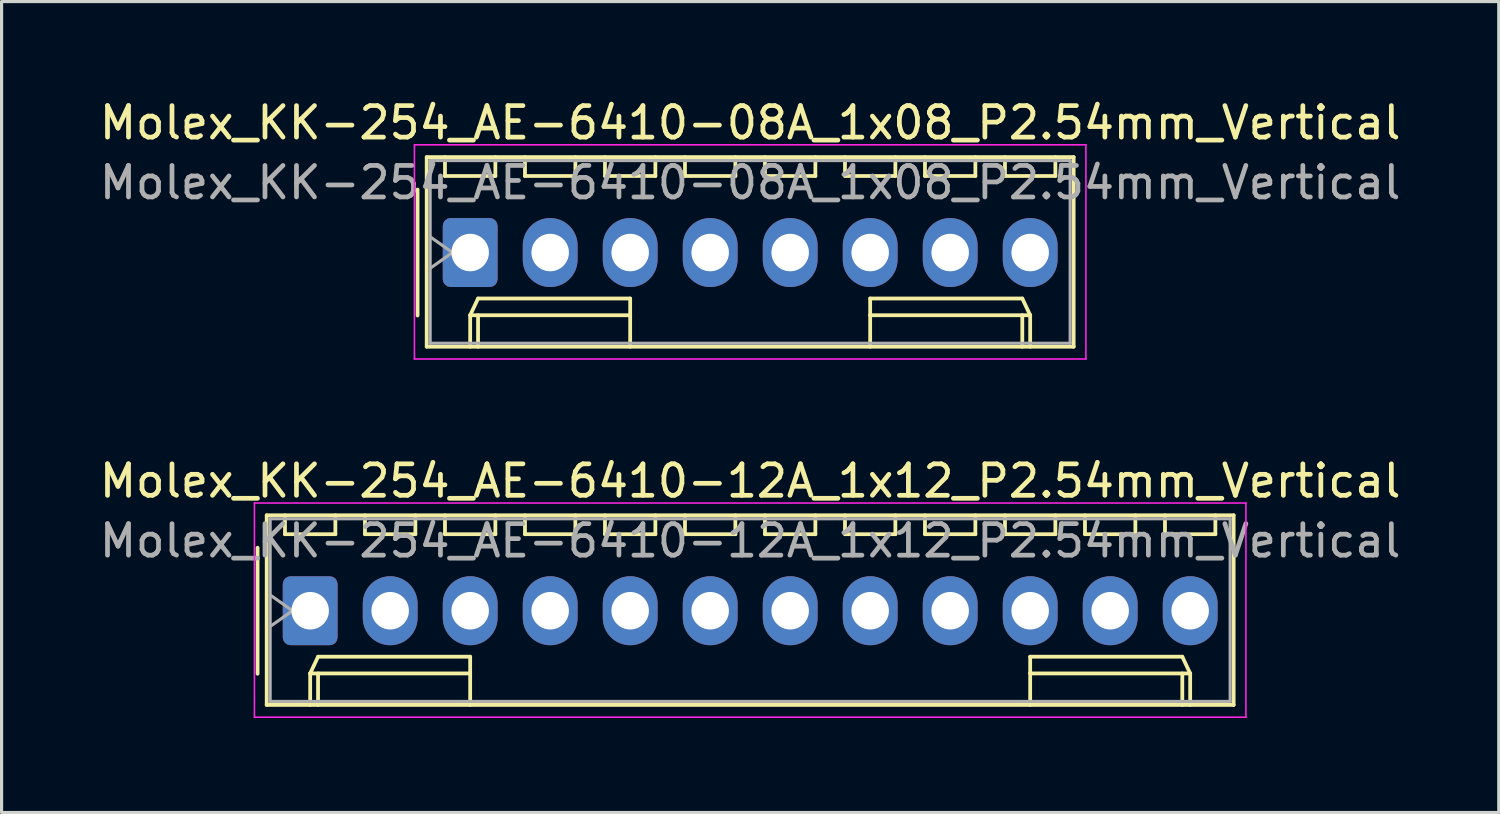
<source format=kicad_pcb>
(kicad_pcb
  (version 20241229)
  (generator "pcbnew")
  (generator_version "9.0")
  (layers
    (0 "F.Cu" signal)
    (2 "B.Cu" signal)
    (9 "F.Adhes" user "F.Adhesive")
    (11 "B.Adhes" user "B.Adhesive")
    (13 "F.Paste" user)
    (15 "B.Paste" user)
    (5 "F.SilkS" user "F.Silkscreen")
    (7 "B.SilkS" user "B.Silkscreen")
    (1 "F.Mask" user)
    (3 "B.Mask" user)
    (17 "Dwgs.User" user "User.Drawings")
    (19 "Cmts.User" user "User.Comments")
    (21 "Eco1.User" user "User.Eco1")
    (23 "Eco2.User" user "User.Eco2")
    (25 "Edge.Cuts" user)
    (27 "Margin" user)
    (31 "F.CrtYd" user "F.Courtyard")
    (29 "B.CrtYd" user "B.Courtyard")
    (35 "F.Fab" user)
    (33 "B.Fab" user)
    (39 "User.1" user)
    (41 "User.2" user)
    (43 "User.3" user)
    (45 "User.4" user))
  (footprint "Molex_KK-254_AE-6410-08A_1x08_P2.54mm_Vertical"
    (layer "F.Cu")
    (at 11.878 4.968)
    (property "Reference" "Molex_KK-254_AE-6410-08A_1x08_P2.54mm_Vertical" (at 8.89 -4.12 0) (layer "F.SilkS") (effects (font (size 1 1) (thickness 0.15))))
    (attr through_hole)
    (fp_line (start -1.67 -2) (end -1.67 2) (stroke (width 0.12) (type solid)) (layer "F.SilkS"))
    (fp_line (start -1.38 -3.03) (end -1.38 2.99) (stroke (width 0.12) (type solid)) (layer "F.SilkS"))
    (fp_line (start -1.38 2.99) (end 19.16 2.99) (stroke (width 0.12) (type solid)) (layer "F.SilkS"))
    (fp_line (start -0.8 -3.03) (end -0.8 -2.43) (stroke (width 0.12) (type solid)) (layer "F.SilkS"))
    (fp_line (start -0.8 -2.43) (end 0.8 -2.43) (stroke (width 0.12) (type solid)) (layer "F.SilkS"))
    (fp_line (start 0 1.99) (end 0.25 1.46) (stroke (width 0.12) (type solid)) (layer "F.SilkS"))
    (fp_line (start 0 1.99) (end 5.08 1.99) (stroke (width 0.12) (type solid)) (layer "F.SilkS"))
    (fp_line (start 0 2.99) (end 0 1.99) (stroke (width 0.12) (type solid)) (layer "F.SilkS"))
    (fp_line (start 0.25 1.46) (end 5.08 1.46) (stroke (width 0.12) (type solid)) (layer "F.SilkS"))
    (fp_line (start 0.25 2.99) (end 0.25 1.99) (stroke (width 0.12) (type solid)) (layer "F.SilkS"))
    (fp_line (start 0.8 -2.43) (end 0.8 -3.03) (stroke (width 0.12) (type solid)) (layer "F.SilkS"))
    (fp_line (start 1.74 -3.03) (end 1.74 -2.43) (stroke (width 0.12) (type solid)) (layer "F.SilkS"))
    (fp_line (start 1.74 -2.43) (end 3.34 -2.43) (stroke (width 0.12) (type solid)) (layer "F.SilkS"))
    (fp_line (start 3.34 -2.43) (end 3.34 -3.03) (stroke (width 0.12) (type solid)) (layer "F.SilkS"))
    (fp_line (start 4.28 -3.03) (end 4.28 -2.43) (stroke (width 0.12) (type solid)) (layer "F.SilkS"))
    (fp_line (start 4.28 -2.43) (end 5.88 -2.43) (stroke (width 0.12) (type solid)) (layer "F.SilkS"))
    (fp_line (start 5.08 1.46) (end 5.08 1.99) (stroke (width 0.12) (type solid)) (layer "F.SilkS"))
    (fp_line (start 5.08 1.99) (end 5.08 2.99) (stroke (width 0.12) (type solid)) (layer "F.SilkS"))
    (fp_line (start 5.88 -2.43) (end 5.88 -3.03) (stroke (width 0.12) (type solid)) (layer "F.SilkS"))
    (fp_line (start 6.82 -3.03) (end 6.82 -2.43) (stroke (width 0.12) (type solid)) (layer "F.SilkS"))
    (fp_line (start 6.82 -2.43) (end 8.42 -2.43) (stroke (width 0.12) (type solid)) (layer "F.SilkS"))
    (fp_line (start 8.42 -2.43) (end 8.42 -3.03) (stroke (width 0.12) (type solid)) (layer "F.SilkS"))
    (fp_line (start 9.36 -3.03) (end 9.36 -2.43) (stroke (width 0.12) (type solid)) (layer "F.SilkS"))
    (fp_line (start 9.36 -2.43) (end 10.96 -2.43) (stroke (width 0.12) (type solid)) (layer "F.SilkS"))
    (fp_line (start 10.96 -2.43) (end 10.96 -3.03) (stroke (width 0.12) (type solid)) (layer "F.SilkS"))
    (fp_line (start 11.9 -3.03) (end 11.9 -2.43) (stroke (width 0.12) (type solid)) (layer "F.SilkS"))
    (fp_line (start 11.9 -2.43) (end 13.5 -2.43) (stroke (width 0.12) (type solid)) (layer "F.SilkS"))
    (fp_line (start 12.7 1.46) (end 12.7 1.99) (stroke (width 0.12) (type solid)) (layer "F.SilkS"))
    (fp_line (start 12.7 1.99) (end 12.7 2.99) (stroke (width 0.12) (type solid)) (layer "F.SilkS"))
    (fp_line (start 13.5 -2.43) (end 13.5 -3.03) (stroke (width 0.12) (type solid)) (layer "F.SilkS"))
    (fp_line (start 14.44 -3.03) (end 14.44 -2.43) (stroke (width 0.12) (type solid)) (layer "F.SilkS"))
    (fp_line (start 14.44 -2.43) (end 16.04 -2.43) (stroke (width 0.12) (type solid)) (layer "F.SilkS"))
    (fp_line (start 16.04 -2.43) (end 16.04 -3.03) (stroke (width 0.12) (type solid)) (layer "F.SilkS"))
    (fp_line (start 16.98 -3.03) (end 16.98 -2.43) (stroke (width 0.12) (type solid)) (layer "F.SilkS"))
    (fp_line (start 16.98 -2.43) (end 18.58 -2.43) (stroke (width 0.12) (type solid)) (layer "F.SilkS"))
    (fp_line (start 17.53 1.46) (end 12.7 1.46) (stroke (width 0.12) (type solid)) (layer "F.SilkS"))
    (fp_line (start 17.53 2.99) (end 17.53 1.99) (stroke (width 0.12) (type solid)) (layer "F.SilkS"))
    (fp_line (start 17.78 1.99) (end 12.7 1.99) (stroke (width 0.12) (type solid)) (layer "F.SilkS"))
    (fp_line (start 17.78 1.99) (end 17.53 1.46) (stroke (width 0.12) (type solid)) (layer "F.SilkS"))
    (fp_line (start 17.78 2.99) (end 17.78 1.99) (stroke (width 0.12) (type solid)) (layer "F.SilkS"))
    (fp_line (start 18.58 -2.43) (end 18.58 -3.03) (stroke (width 0.12) (type solid)) (layer "F.SilkS"))
    (fp_line (start 19.16 -3.03) (end -1.38 -3.03) (stroke (width 0.12) (type solid)) (layer "F.SilkS"))
    (fp_line (start 19.16 2.99) (end 19.16 -3.03) (stroke (width 0.12) (type solid)) (layer "F.SilkS"))
    (fp_line (start -1.77 -3.42) (end -1.77 3.38) (stroke (width 0.05) (type solid)) (layer "F.CrtYd"))
    (fp_line (start -1.77 3.38) (end 19.55 3.38) (stroke (width 0.05) (type solid)) (layer "F.CrtYd"))
    (fp_line (start 19.55 -3.42) (end -1.77 -3.42) (stroke (width 0.05) (type solid)) (layer "F.CrtYd"))
    (fp_line (start 19.55 3.38) (end 19.55 -3.42) (stroke (width 0.05) (type solid)) (layer "F.CrtYd"))
    (fp_line (start -1.27 -2.92) (end -1.27 2.88) (stroke (width 0.1) (type solid)) (layer "F.Fab"))
    (fp_line (start -1.27 -0.5) (end -0.563 0) (stroke (width 0.1) (type solid)) (layer "F.Fab"))
    (fp_line (start -1.27 2.88) (end 19.05 2.88) (stroke (width 0.1) (type solid)) (layer "F.Fab"))
    (fp_line (start -0.563 0) (end -1.27 0.5) (stroke (width 0.1) (type solid)) (layer "F.Fab"))
    (fp_line (start 19.05 -2.92) (end -1.27 -2.92) (stroke (width 0.1) (type solid)) (layer "F.Fab"))
    (fp_line (start 19.05 2.88) (end 19.05 -2.92) (stroke (width 0.1) (type solid)) (layer "F.Fab"))
    (fp_text user "${REFERENCE}" (at 8.89 -2.22 0) (layer "F.Fab") (effects (font (size 1 1) (thickness 0.15))))
    (pad "1" thru_hole roundrect (at 0 0) (size 1.74 2.19) (drill 1.19) (layers "*.Cu" "*.Mask") (roundrect_rratio 0.144))
    (pad "2" thru_hole oval (at 2.54 0) (size 1.74 2.19) (drill 1.19) (layers "*.Cu" "*.Mask"))
    (pad "3" thru_hole oval (at 5.08 0) (size 1.74 2.19) (drill 1.19) (layers "*.Cu" "*.Mask"))
    (pad "4" thru_hole oval (at 7.62 0) (size 1.74 2.19) (drill 1.19) (layers "*.Cu" "*.Mask"))
    (pad "5" thru_hole oval (at 10.16 0) (size 1.74 2.19) (drill 1.19) (layers "*.Cu" "*.Mask"))
    (pad "6" thru_hole oval (at 12.7 0) (size 1.74 2.19) (drill 1.19) (layers "*.Cu" "*.Mask"))
    (pad "7" thru_hole oval (at 15.24 0) (size 1.74 2.19) (drill 1.19) (layers "*.Cu" "*.Mask"))
    (pad "8" thru_hole oval (at 17.78 0) (size 1.74 2.19) (drill 1.19) (layers "*.Cu" "*.Mask")))
  (footprint "Molex_KK-254_AE-6410-12A_1x12_P2.54mm_Vertical"
    (layer "F.Cu")
    (at 6.798 16.341)
    (property "Reference" "Molex_KK-254_AE-6410-12A_1x12_P2.54mm_Vertical" (at 13.97 -4.12 0) (layer "F.SilkS") (effects (font (size 1 1) (thickness 0.15))))
    (attr through_hole)
    (fp_line (start -1.67 -2) (end -1.67 2) (stroke (width 0.12) (type solid)) (layer "F.SilkS"))
    (fp_line (start -1.38 -3.03) (end -1.38 2.99) (stroke (width 0.12) (type solid)) (layer "F.SilkS"))
    (fp_line (start -1.38 2.99) (end 29.32 2.99) (stroke (width 0.12) (type solid)) (layer "F.SilkS"))
    (fp_line (start -0.8 -3.03) (end -0.8 -2.43) (stroke (width 0.12) (type solid)) (layer "F.SilkS"))
    (fp_line (start -0.8 -2.43) (end 0.8 -2.43) (stroke (width 0.12) (type solid)) (layer "F.SilkS"))
    (fp_line (start 0 1.99) (end 0.25 1.46) (stroke (width 0.12) (type solid)) (layer "F.SilkS"))
    (fp_line (start 0 1.99) (end 5.08 1.99) (stroke (width 0.12) (type solid)) (layer "F.SilkS"))
    (fp_line (start 0 2.99) (end 0 1.99) (stroke (width 0.12) (type solid)) (layer "F.SilkS"))
    (fp_line (start 0.25 1.46) (end 5.08 1.46) (stroke (width 0.12) (type solid)) (layer "F.SilkS"))
    (fp_line (start 0.25 2.99) (end 0.25 1.99) (stroke (width 0.12) (type solid)) (layer "F.SilkS"))
    (fp_line (start 0.8 -2.43) (end 0.8 -3.03) (stroke (width 0.12) (type solid)) (layer "F.SilkS"))
    (fp_line (start 1.74 -3.03) (end 1.74 -2.43) (stroke (width 0.12) (type solid)) (layer "F.SilkS"))
    (fp_line (start 1.74 -2.43) (end 3.34 -2.43) (stroke (width 0.12) (type solid)) (layer "F.SilkS"))
    (fp_line (start 3.34 -2.43) (end 3.34 -3.03) (stroke (width 0.12) (type solid)) (layer "F.SilkS"))
    (fp_line (start 4.28 -3.03) (end 4.28 -2.43) (stroke (width 0.12) (type solid)) (layer "F.SilkS"))
    (fp_line (start 4.28 -2.43) (end 5.88 -2.43) (stroke (width 0.12) (type solid)) (layer "F.SilkS"))
    (fp_line (start 5.08 1.46) (end 5.08 1.99) (stroke (width 0.12) (type solid)) (layer "F.SilkS"))
    (fp_line (start 5.08 1.99) (end 5.08 2.99) (stroke (width 0.12) (type solid)) (layer "F.SilkS"))
    (fp_line (start 5.88 -2.43) (end 5.88 -3.03) (stroke (width 0.12) (type solid)) (layer "F.SilkS"))
    (fp_line (start 6.82 -3.03) (end 6.82 -2.43) (stroke (width 0.12) (type solid)) (layer "F.SilkS"))
    (fp_line (start 6.82 -2.43) (end 8.42 -2.43) (stroke (width 0.12) (type solid)) (layer "F.SilkS"))
    (fp_line (start 8.42 -2.43) (end 8.42 -3.03) (stroke (width 0.12) (type solid)) (layer "F.SilkS"))
    (fp_line (start 9.36 -3.03) (end 9.36 -2.43) (stroke (width 0.12) (type solid)) (layer "F.SilkS"))
    (fp_line (start 9.36 -2.43) (end 10.96 -2.43) (stroke (width 0.12) (type solid)) (layer "F.SilkS"))
    (fp_line (start 10.96 -2.43) (end 10.96 -3.03) (stroke (width 0.12) (type solid)) (layer "F.SilkS"))
    (fp_line (start 11.9 -3.03) (end 11.9 -2.43) (stroke (width 0.12) (type solid)) (layer "F.SilkS"))
    (fp_line (start 11.9 -2.43) (end 13.5 -2.43) (stroke (width 0.12) (type solid)) (layer "F.SilkS"))
    (fp_line (start 13.5 -2.43) (end 13.5 -3.03) (stroke (width 0.12) (type solid)) (layer "F.SilkS"))
    (fp_line (start 14.44 -3.03) (end 14.44 -2.43) (stroke (width 0.12) (type solid)) (layer "F.SilkS"))
    (fp_line (start 14.44 -2.43) (end 16.04 -2.43) (stroke (width 0.12) (type solid)) (layer "F.SilkS"))
    (fp_line (start 16.04 -2.43) (end 16.04 -3.03) (stroke (width 0.12) (type solid)) (layer "F.SilkS"))
    (fp_line (start 16.98 -3.03) (end 16.98 -2.43) (stroke (width 0.12) (type solid)) (layer "F.SilkS"))
    (fp_line (start 16.98 -2.43) (end 18.58 -2.43) (stroke (width 0.12) (type solid)) (layer "F.SilkS"))
    (fp_line (start 18.58 -2.43) (end 18.58 -3.03) (stroke (width 0.12) (type solid)) (layer "F.SilkS"))
    (fp_line (start 19.52 -3.03) (end 19.52 -2.43) (stroke (width 0.12) (type solid)) (layer "F.SilkS"))
    (fp_line (start 19.52 -2.43) (end 21.12 -2.43) (stroke (width 0.12) (type solid)) (layer "F.SilkS"))
    (fp_line (start 21.12 -2.43) (end 21.12 -3.03) (stroke (width 0.12) (type solid)) (layer "F.SilkS"))
    (fp_line (start 22.06 -3.03) (end 22.06 -2.43) (stroke (width 0.12) (type solid)) (layer "F.SilkS"))
    (fp_line (start 22.06 -2.43) (end 23.66 -2.43) (stroke (width 0.12) (type solid)) (layer "F.SilkS"))
    (fp_line (start 22.86 1.46) (end 22.86 1.99) (stroke (width 0.12) (type solid)) (layer "F.SilkS"))
    (fp_line (start 22.86 1.99) (end 22.86 2.99) (stroke (width 0.12) (type solid)) (layer "F.SilkS"))
    (fp_line (start 23.66 -2.43) (end 23.66 -3.03) (stroke (width 0.12) (type solid)) (layer "F.SilkS"))
    (fp_line (start 24.6 -3.03) (end 24.6 -2.43) (stroke (width 0.12) (type solid)) (layer "F.SilkS"))
    (fp_line (start 24.6 -2.43) (end 26.2 -2.43) (stroke (width 0.12) (type solid)) (layer "F.SilkS"))
    (fp_line (start 26.2 -2.43) (end 26.2 -3.03) (stroke (width 0.12) (type solid)) (layer "F.SilkS"))
    (fp_line (start 27.14 -3.03) (end 27.14 -2.43) (stroke (width 0.12) (type solid)) (layer "F.SilkS"))
    (fp_line (start 27.14 -2.43) (end 28.74 -2.43) (stroke (width 0.12) (type solid)) (layer "F.SilkS"))
    (fp_line (start 27.69 1.46) (end 22.86 1.46) (stroke (width 0.12) (type solid)) (layer "F.SilkS"))
    (fp_line (start 27.69 2.99) (end 27.69 1.99) (stroke (width 0.12) (type solid)) (layer "F.SilkS"))
    (fp_line (start 27.94 1.99) (end 22.86 1.99) (stroke (width 0.12) (type solid)) (layer "F.SilkS"))
    (fp_line (start 27.94 1.99) (end 27.69 1.46) (stroke (width 0.12) (type solid)) (layer "F.SilkS"))
    (fp_line (start 27.94 2.99) (end 27.94 1.99) (stroke (width 0.12) (type solid)) (layer "F.SilkS"))
    (fp_line (start 28.74 -2.43) (end 28.74 -3.03) (stroke (width 0.12) (type solid)) (layer "F.SilkS"))
    (fp_line (start 29.32 -3.03) (end -1.38 -3.03) (stroke (width 0.12) (type solid)) (layer "F.SilkS"))
    (fp_line (start 29.32 2.99) (end 29.32 -3.03) (stroke (width 0.12) (type solid)) (layer "F.SilkS"))
    (fp_line (start -1.77 -3.42) (end -1.77 3.38) (stroke (width 0.05) (type solid)) (layer "F.CrtYd"))
    (fp_line (start -1.77 3.38) (end 29.71 3.38) (stroke (width 0.05) (type solid)) (layer "F.CrtYd"))
    (fp_line (start 29.71 -3.42) (end -1.77 -3.42) (stroke (width 0.05) (type solid)) (layer "F.CrtYd"))
    (fp_line (start 29.71 3.38) (end 29.71 -3.42) (stroke (width 0.05) (type solid)) (layer "F.CrtYd"))
    (fp_line (start -1.27 -2.92) (end -1.27 2.88) (stroke (width 0.1) (type solid)) (layer "F.Fab"))
    (fp_line (start -1.27 -0.5) (end -0.563 0) (stroke (width 0.1) (type solid)) (layer "F.Fab"))
    (fp_line (start -1.27 2.88) (end 29.21 2.88) (stroke (width 0.1) (type solid)) (layer "F.Fab"))
    (fp_line (start -0.563 0) (end -1.27 0.5) (stroke (width 0.1) (type solid)) (layer "F.Fab"))
    (fp_line (start 29.21 -2.92) (end -1.27 -2.92) (stroke (width 0.1) (type solid)) (layer "F.Fab"))
    (fp_line (start 29.21 2.88) (end 29.21 -2.92) (stroke (width 0.1) (type solid)) (layer "F.Fab"))
    (fp_text user "${REFERENCE}" (at 13.97 -2.22 0) (layer "F.Fab") (effects (font (size 1 1) (thickness 0.15))))
    (pad "1" thru_hole roundrect (at 0 0) (size 1.74 2.19) (drill 1.19) (layers "*.Cu" "*.Mask") (roundrect_rratio 0.144))
    (pad "2" thru_hole oval (at 2.54 0) (size 1.74 2.19) (drill 1.19) (layers "*.Cu" "*.Mask"))
    (pad "3" thru_hole oval (at 5.08 0) (size 1.74 2.19) (drill 1.19) (layers "*.Cu" "*.Mask"))
    (pad "4" thru_hole oval (at 7.62 0) (size 1.74 2.19) (drill 1.19) (layers "*.Cu" "*.Mask"))
    (pad "5" thru_hole oval (at 10.16 0) (size 1.74 2.19) (drill 1.19) (layers "*.Cu" "*.Mask"))
    (pad "6" thru_hole oval (at 12.7 0) (size 1.74 2.19) (drill 1.19) (layers "*.Cu" "*.Mask"))
    (pad "7" thru_hole oval (at 15.24 0) (size 1.74 2.19) (drill 1.19) (layers "*.Cu" "*.Mask"))
    (pad "8" thru_hole oval (at 17.78 0) (size 1.74 2.19) (drill 1.19) (layers "*.Cu" "*.Mask"))
    (pad "9" thru_hole oval (at 20.32 0) (size 1.74 2.19) (drill 1.19) (layers "*.Cu" "*.Mask"))
    (pad "10" thru_hole oval (at 22.86 0) (size 1.74 2.19) (drill 1.19) (layers "*.Cu" "*.Mask"))
    (pad "11" thru_hole oval (at 25.4 0) (size 1.74 2.19) (drill 1.19) (layers "*.Cu" "*.Mask"))
    (pad "12" thru_hole oval (at 27.94 0) (size 1.74 2.19) (drill 1.19) (layers "*.Cu" "*.Mask")))
  (gr_rect
    (start -3 -3)
    (end 44.536 22.747)
    (stroke (width 0.1) (type default))
    (fill no)
    (layer "Edge.Cuts")))
</source>
